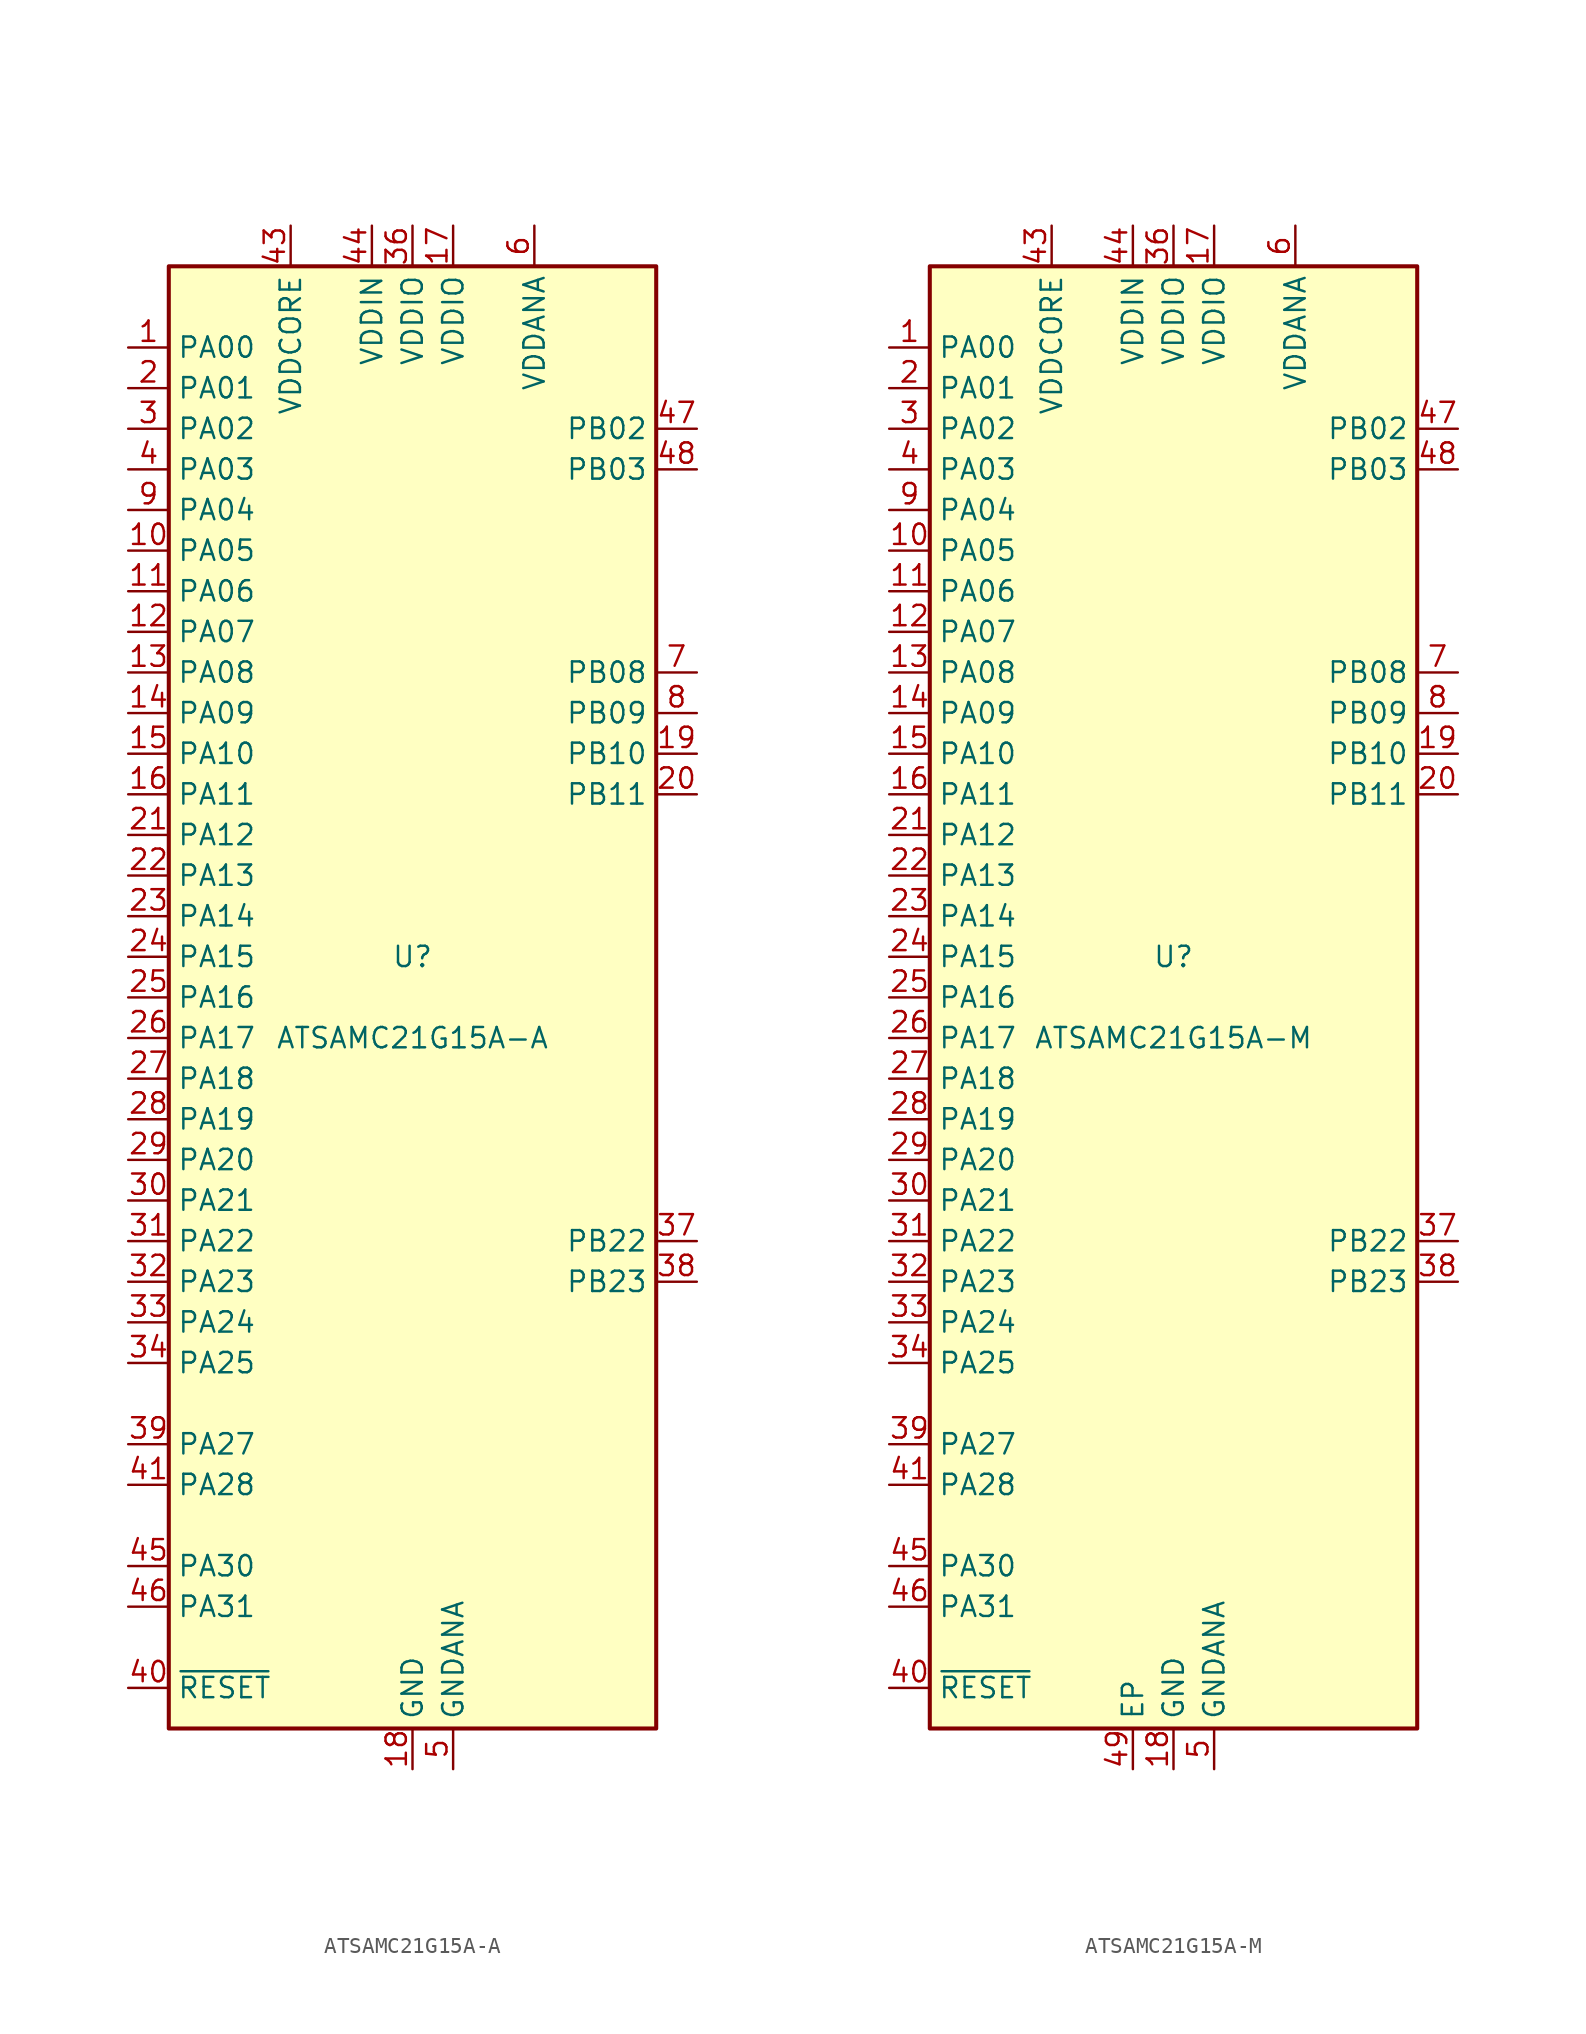
<source format=kicad_sym>
(kicad_symbol_lib
  (version 20211014)
  (generator kicad_symbol_editor)
  (symbol "ATSAMC21G15A-A"
    (property "Reference" "U"
      (at 0 2.54 0)
      (effects (font (size 1.27 1.27))))
    (property "Value" "ATSAMC21G15A-A"
      (at 0 -2.54 0)
      (effects (font (size 1.27 1.27))))
    (symbol "ATSAMC21G15A-A_0_1"
      (rectangle (start -15.24 45.72) (end 15.24 -45.72) (stroke (width 0.254) (type default) (color 0 0 0 0)) (fill (type background))))
    (symbol "ATSAMC21G15A-A_1_1"
      (pin bidirectional line (at -17.78 40.64 0) (length 2.54) (name "PA00" (effects (font (size 1.27 1.27)))) (number "1" (effects (font (size 1.27 1.27)))))
      (pin bidirectional line (at -17.78 27.94 0) (length 2.54) (name "PA05" (effects (font (size 1.27 1.27)))) (number "10" (effects (font (size 1.27 1.27)))))
      (pin bidirectional line (at -17.78 25.4 0) (length 2.54) (name "PA06" (effects (font (size 1.27 1.27)))) (number "11" (effects (font (size 1.27 1.27)))))
      (pin bidirectional line (at -17.78 22.86 0) (length 2.54) (name "PA07" (effects (font (size 1.27 1.27)))) (number "12" (effects (font (size 1.27 1.27)))))
      (pin bidirectional line (at -17.78 20.32 0) (length 2.54) (name "PA08" (effects (font (size 1.27 1.27)))) (number "13" (effects (font (size 1.27 1.27)))))
      (pin bidirectional line (at -17.78 17.78 0) (length 2.54) (name "PA09" (effects (font (size 1.27 1.27)))) (number "14" (effects (font (size 1.27 1.27)))))
      (pin bidirectional line (at -17.78 15.24 0) (length 2.54) (name "PA10" (effects (font (size 1.27 1.27)))) (number "15" (effects (font (size 1.27 1.27)))))
      (pin bidirectional line (at -17.78 12.7 0) (length 2.54) (name "PA11" (effects (font (size 1.27 1.27)))) (number "16" (effects (font (size 1.27 1.27)))))
      (pin power_in line (at 2.54 48.26 270) (length 2.54) (name "VDDIO" (effects (font (size 1.27 1.27)))) (number "17" (effects (font (size 1.27 1.27)))))
      (pin power_in line (at 0 -48.26 90) (length 2.54) (name "GND" (effects (font (size 1.27 1.27)))) (number "18" (effects (font (size 1.27 1.27)))))
      (pin bidirectional line (at 17.78 15.24 180) (length 2.54) (name "PB10" (effects (font (size 1.27 1.27)))) (number "19" (effects (font (size 1.27 1.27)))))
      (pin bidirectional line (at -17.78 38.1 0) (length 2.54) (name "PA01" (effects (font (size 1.27 1.27)))) (number "2" (effects (font (size 1.27 1.27)))))
      (pin bidirectional line (at 17.78 12.7 180) (length 2.54) (name "PB11" (effects (font (size 1.27 1.27)))) (number "20" (effects (font (size 1.27 1.27)))))
      (pin bidirectional line (at -17.78 10.16 0) (length 2.54) (name "PA12" (effects (font (size 1.27 1.27)))) (number "21" (effects (font (size 1.27 1.27)))))
      (pin bidirectional line (at -17.78 7.62 0) (length 2.54) (name "PA13" (effects (font (size 1.27 1.27)))) (number "22" (effects (font (size 1.27 1.27)))))
      (pin bidirectional line (at -17.78 5.08 0) (length 2.54) (name "PA14" (effects (font (size 1.27 1.27)))) (number "23" (effects (font (size 1.27 1.27)))))
      (pin bidirectional line (at -17.78 2.54 0) (length 2.54) (name "PA15" (effects (font (size 1.27 1.27)))) (number "24" (effects (font (size 1.27 1.27)))))
      (pin bidirectional line (at -17.78 0 0) (length 2.54) (name "PA16" (effects (font (size 1.27 1.27)))) (number "25" (effects (font (size 1.27 1.27)))))
      (pin bidirectional line (at -17.78 -2.54 0) (length 2.54) (name "PA17" (effects (font (size 1.27 1.27)))) (number "26" (effects (font (size 1.27 1.27)))))
      (pin bidirectional line (at -17.78 -5.08 0) (length 2.54) (name "PA18" (effects (font (size 1.27 1.27)))) (number "27" (effects (font (size 1.27 1.27)))))
      (pin bidirectional line (at -17.78 -7.62 0) (length 2.54) (name "PA19" (effects (font (size 1.27 1.27)))) (number "28" (effects (font (size 1.27 1.27)))))
      (pin bidirectional line (at -17.78 -10.16 0) (length 2.54) (name "PA20" (effects (font (size 1.27 1.27)))) (number "29" (effects (font (size 1.27 1.27)))))
      (pin bidirectional line (at -17.78 35.56 0) (length 2.54) (name "PA02" (effects (font (size 1.27 1.27)))) (number "3" (effects (font (size 1.27 1.27)))))
      (pin bidirectional line (at -17.78 -12.7 0) (length 2.54) (name "PA21" (effects (font (size 1.27 1.27)))) (number "30" (effects (font (size 1.27 1.27)))))
      (pin bidirectional line (at -17.78 -15.24 0) (length 2.54) (name "PA22" (effects (font (size 1.27 1.27)))) (number "31" (effects (font (size 1.27 1.27)))))
      (pin bidirectional line (at -17.78 -17.78 0) (length 2.54) (name "PA23" (effects (font (size 1.27 1.27)))) (number "32" (effects (font (size 1.27 1.27)))))
      (pin bidirectional line (at -17.78 -20.32 0) (length 2.54) (name "PA24" (effects (font (size 1.27 1.27)))) (number "33" (effects (font (size 1.27 1.27)))))
      (pin bidirectional line (at -17.78 -22.86 0) (length 2.54) (name "PA25" (effects (font (size 1.27 1.27)))) (number "34" (effects (font (size 1.27 1.27)))))
      (pin passive line (at 0 -48.26 90) (length 2.54) hide (name "GND" (effects (font (size 1.27 1.27)))) (number "35" (effects (font (size 1.27 1.27)))))
      (pin power_in line (at 0 48.26 270) (length 2.54) (name "VDDIO" (effects (font (size 1.27 1.27)))) (number "36" (effects (font (size 1.27 1.27)))))
      (pin bidirectional line (at 17.78 -15.24 180) (length 2.54) (name "PB22" (effects (font (size 1.27 1.27)))) (number "37" (effects (font (size 1.27 1.27)))))
      (pin bidirectional line (at 17.78 -17.78 180) (length 2.54) (name "PB23" (effects (font (size 1.27 1.27)))) (number "38" (effects (font (size 1.27 1.27)))))
      (pin bidirectional line (at -17.78 -27.94 0) (length 2.54) (name "PA27" (effects (font (size 1.27 1.27)))) (number "39" (effects (font (size 1.27 1.27)))))
      (pin bidirectional line (at -17.78 33.02 0) (length 2.54) (name "PA03" (effects (font (size 1.27 1.27)))) (number "4" (effects (font (size 1.27 1.27)))))
      (pin input line (at -17.78 -43.18 0) (length 2.54) (name "~{RESET}" (effects (font (size 1.27 1.27)))) (number "40" (effects (font (size 1.27 1.27)))))
      (pin bidirectional line (at -17.78 -30.48 0) (length 2.54) (name "PA28" (effects (font (size 1.27 1.27)))) (number "41" (effects (font (size 1.27 1.27)))))
      (pin passive line (at 0 -48.26 90) (length 2.54) hide (name "GND" (effects (font (size 1.27 1.27)))) (number "42" (effects (font (size 1.27 1.27)))))
      (pin power_out line (at -7.62 48.26 270) (length 2.54) (name "VDDCORE" (effects (font (size 1.27 1.27)))) (number "43" (effects (font (size 1.27 1.27)))))
      (pin power_in line (at -2.54 48.26 270) (length 2.54) (name "VDDIN" (effects (font (size 1.27 1.27)))) (number "44" (effects (font (size 1.27 1.27)))))
      (pin bidirectional line (at -17.78 -35.56 0) (length 2.54) (name "PA30" (effects (font (size 1.27 1.27)))) (number "45" (effects (font (size 1.27 1.27)))))
      (pin bidirectional line (at -17.78 -38.1 0) (length 2.54) (name "PA31" (effects (font (size 1.27 1.27)))) (number "46" (effects (font (size 1.27 1.27)))))
      (pin bidirectional line (at 17.78 35.56 180) (length 2.54) (name "PB02" (effects (font (size 1.27 1.27)))) (number "47" (effects (font (size 1.27 1.27)))))
      (pin bidirectional line (at 17.78 33.02 180) (length 2.54) (name "PB03" (effects (font (size 1.27 1.27)))) (number "48" (effects (font (size 1.27 1.27)))))
      (pin power_in line (at 2.54 -48.26 90) (length 2.54) (name "GNDANA" (effects (font (size 1.27 1.27)))) (number "5" (effects (font (size 1.27 1.27)))))
      (pin power_in line (at 7.62 48.26 270) (length 2.54) (name "VDDANA" (effects (font (size 1.27 1.27)))) (number "6" (effects (font (size 1.27 1.27)))))
      (pin bidirectional line (at 17.78 20.32 180) (length 2.54) (name "PB08" (effects (font (size 1.27 1.27)))) (number "7" (effects (font (size 1.27 1.27)))))
      (pin bidirectional line (at 17.78 17.78 180) (length 2.54) (name "PB09" (effects (font (size 1.27 1.27)))) (number "8" (effects (font (size 1.27 1.27)))))
      (pin bidirectional line (at -17.78 30.48 0) (length 2.54) (name "PA04" (effects (font (size 1.27 1.27)))) (number "9" (effects (font (size 1.27 1.27)))))))
  (symbol "ATSAMC21G15A-M"
    (property "Reference" "U"
      (at 0 2.54 0)
      (effects (font (size 1.27 1.27))))
    (property "Value" "ATSAMC21G15A-M"
      (at 0 -2.54 0)
      (effects (font (size 1.27 1.27))))
    (symbol "ATSAMC21G15A-M_0_1"
      (rectangle (start -15.24 45.72) (end 15.24 -45.72) (stroke (width 0.254) (type default) (color 0 0 0 0)) (fill (type background))))
    (symbol "ATSAMC21G15A-M_1_1"
      (pin bidirectional line (at -17.78 40.64 0) (length 2.54) (name "PA00" (effects (font (size 1.27 1.27)))) (number "1" (effects (font (size 1.27 1.27)))))
      (pin bidirectional line (at -17.78 27.94 0) (length 2.54) (name "PA05" (effects (font (size 1.27 1.27)))) (number "10" (effects (font (size 1.27 1.27)))))
      (pin bidirectional line (at -17.78 25.4 0) (length 2.54) (name "PA06" (effects (font (size 1.27 1.27)))) (number "11" (effects (font (size 1.27 1.27)))))
      (pin bidirectional line (at -17.78 22.86 0) (length 2.54) (name "PA07" (effects (font (size 1.27 1.27)))) (number "12" (effects (font (size 1.27 1.27)))))
      (pin bidirectional line (at -17.78 20.32 0) (length 2.54) (name "PA08" (effects (font (size 1.27 1.27)))) (number "13" (effects (font (size 1.27 1.27)))))
      (pin bidirectional line (at -17.78 17.78 0) (length 2.54) (name "PA09" (effects (font (size 1.27 1.27)))) (number "14" (effects (font (size 1.27 1.27)))))
      (pin bidirectional line (at -17.78 15.24 0) (length 2.54) (name "PA10" (effects (font (size 1.27 1.27)))) (number "15" (effects (font (size 1.27 1.27)))))
      (pin bidirectional line (at -17.78 12.7 0) (length 2.54) (name "PA11" (effects (font (size 1.27 1.27)))) (number "16" (effects (font (size 1.27 1.27)))))
      (pin power_in line (at 2.54 48.26 270) (length 2.54) (name "VDDIO" (effects (font (size 1.27 1.27)))) (number "17" (effects (font (size 1.27 1.27)))))
      (pin power_in line (at 0 -48.26 90) (length 2.54) (name "GND" (effects (font (size 1.27 1.27)))) (number "18" (effects (font (size 1.27 1.27)))))
      (pin bidirectional line (at 17.78 15.24 180) (length 2.54) (name "PB10" (effects (font (size 1.27 1.27)))) (number "19" (effects (font (size 1.27 1.27)))))
      (pin bidirectional line (at -17.78 38.1 0) (length 2.54) (name "PA01" (effects (font (size 1.27 1.27)))) (number "2" (effects (font (size 1.27 1.27)))))
      (pin bidirectional line (at 17.78 12.7 180) (length 2.54) (name "PB11" (effects (font (size 1.27 1.27)))) (number "20" (effects (font (size 1.27 1.27)))))
      (pin bidirectional line (at -17.78 10.16 0) (length 2.54) (name "PA12" (effects (font (size 1.27 1.27)))) (number "21" (effects (font (size 1.27 1.27)))))
      (pin bidirectional line (at -17.78 7.62 0) (length 2.54) (name "PA13" (effects (font (size 1.27 1.27)))) (number "22" (effects (font (size 1.27 1.27)))))
      (pin bidirectional line (at -17.78 5.08 0) (length 2.54) (name "PA14" (effects (font (size 1.27 1.27)))) (number "23" (effects (font (size 1.27 1.27)))))
      (pin bidirectional line (at -17.78 2.54 0) (length 2.54) (name "PA15" (effects (font (size 1.27 1.27)))) (number "24" (effects (font (size 1.27 1.27)))))
      (pin bidirectional line (at -17.78 0 0) (length 2.54) (name "PA16" (effects (font (size 1.27 1.27)))) (number "25" (effects (font (size 1.27 1.27)))))
      (pin bidirectional line (at -17.78 -2.54 0) (length 2.54) (name "PA17" (effects (font (size 1.27 1.27)))) (number "26" (effects (font (size 1.27 1.27)))))
      (pin bidirectional line (at -17.78 -5.08 0) (length 2.54) (name "PA18" (effects (font (size 1.27 1.27)))) (number "27" (effects (font (size 1.27 1.27)))))
      (pin bidirectional line (at -17.78 -7.62 0) (length 2.54) (name "PA19" (effects (font (size 1.27 1.27)))) (number "28" (effects (font (size 1.27 1.27)))))
      (pin bidirectional line (at -17.78 -10.16 0) (length 2.54) (name "PA20" (effects (font (size 1.27 1.27)))) (number "29" (effects (font (size 1.27 1.27)))))
      (pin bidirectional line (at -17.78 35.56 0) (length 2.54) (name "PA02" (effects (font (size 1.27 1.27)))) (number "3" (effects (font (size 1.27 1.27)))))
      (pin bidirectional line (at -17.78 -12.7 0) (length 2.54) (name "PA21" (effects (font (size 1.27 1.27)))) (number "30" (effects (font (size 1.27 1.27)))))
      (pin bidirectional line (at -17.78 -15.24 0) (length 2.54) (name "PA22" (effects (font (size 1.27 1.27)))) (number "31" (effects (font (size 1.27 1.27)))))
      (pin bidirectional line (at -17.78 -17.78 0) (length 2.54) (name "PA23" (effects (font (size 1.27 1.27)))) (number "32" (effects (font (size 1.27 1.27)))))
      (pin bidirectional line (at -17.78 -20.32 0) (length 2.54) (name "PA24" (effects (font (size 1.27 1.27)))) (number "33" (effects (font (size 1.27 1.27)))))
      (pin bidirectional line (at -17.78 -22.86 0) (length 2.54) (name "PA25" (effects (font (size 1.27 1.27)))) (number "34" (effects (font (size 1.27 1.27)))))
      (pin passive line (at 0 -48.26 90) (length 2.54) hide (name "GND" (effects (font (size 1.27 1.27)))) (number "35" (effects (font (size 1.27 1.27)))))
      (pin power_in line (at 0 48.26 270) (length 2.54) (name "VDDIO" (effects (font (size 1.27 1.27)))) (number "36" (effects (font (size 1.27 1.27)))))
      (pin bidirectional line (at 17.78 -15.24 180) (length 2.54) (name "PB22" (effects (font (size 1.27 1.27)))) (number "37" (effects (font (size 1.27 1.27)))))
      (pin bidirectional line (at 17.78 -17.78 180) (length 2.54) (name "PB23" (effects (font (size 1.27 1.27)))) (number "38" (effects (font (size 1.27 1.27)))))
      (pin bidirectional line (at -17.78 -27.94 0) (length 2.54) (name "PA27" (effects (font (size 1.27 1.27)))) (number "39" (effects (font (size 1.27 1.27)))))
      (pin bidirectional line (at -17.78 33.02 0) (length 2.54) (name "PA03" (effects (font (size 1.27 1.27)))) (number "4" (effects (font (size 1.27 1.27)))))
      (pin input line (at -17.78 -43.18 0) (length 2.54) (name "~{RESET}" (effects (font (size 1.27 1.27)))) (number "40" (effects (font (size 1.27 1.27)))))
      (pin bidirectional line (at -17.78 -30.48 0) (length 2.54) (name "PA28" (effects (font (size 1.27 1.27)))) (number "41" (effects (font (size 1.27 1.27)))))
      (pin passive line (at 0 -48.26 90) (length 2.54) hide (name "GND" (effects (font (size 1.27 1.27)))) (number "42" (effects (font (size 1.27 1.27)))))
      (pin power_out line (at -7.62 48.26 270) (length 2.54) (name "VDDCORE" (effects (font (size 1.27 1.27)))) (number "43" (effects (font (size 1.27 1.27)))))
      (pin power_in line (at -2.54 48.26 270) (length 2.54) (name "VDDIN" (effects (font (size 1.27 1.27)))) (number "44" (effects (font (size 1.27 1.27)))))
      (pin bidirectional line (at -17.78 -35.56 0) (length 2.54) (name "PA30" (effects (font (size 1.27 1.27)))) (number "45" (effects (font (size 1.27 1.27)))))
      (pin bidirectional line (at -17.78 -38.1 0) (length 2.54) (name "PA31" (effects (font (size 1.27 1.27)))) (number "46" (effects (font (size 1.27 1.27)))))
      (pin bidirectional line (at 17.78 35.56 180) (length 2.54) (name "PB02" (effects (font (size 1.27 1.27)))) (number "47" (effects (font (size 1.27 1.27)))))
      (pin bidirectional line (at 17.78 33.02 180) (length 2.54) (name "PB03" (effects (font (size 1.27 1.27)))) (number "48" (effects (font (size 1.27 1.27)))))
      (pin passive line (at -2.54 -48.26 90) (length 2.54) (name "EP" (effects (font (size 1.27 1.27)))) (number "49" (effects (font (size 1.27 1.27)))))
      (pin power_in line (at 2.54 -48.26 90) (length 2.54) (name "GNDANA" (effects (font (size 1.27 1.27)))) (number "5" (effects (font (size 1.27 1.27)))))
      (pin power_in line (at 7.62 48.26 270) (length 2.54) (name "VDDANA" (effects (font (size 1.27 1.27)))) (number "6" (effects (font (size 1.27 1.27)))))
      (pin bidirectional line (at 17.78 20.32 180) (length 2.54) (name "PB08" (effects (font (size 1.27 1.27)))) (number "7" (effects (font (size 1.27 1.27)))))
      (pin bidirectional line (at 17.78 17.78 180) (length 2.54) (name "PB09" (effects (font (size 1.27 1.27)))) (number "8" (effects (font (size 1.27 1.27)))))
      (pin bidirectional line (at -17.78 30.48 0) (length 2.54) (name "PA04" (effects (font (size 1.27 1.27)))) (number "9" (effects (font (size 1.27 1.27))))))))
</source>
